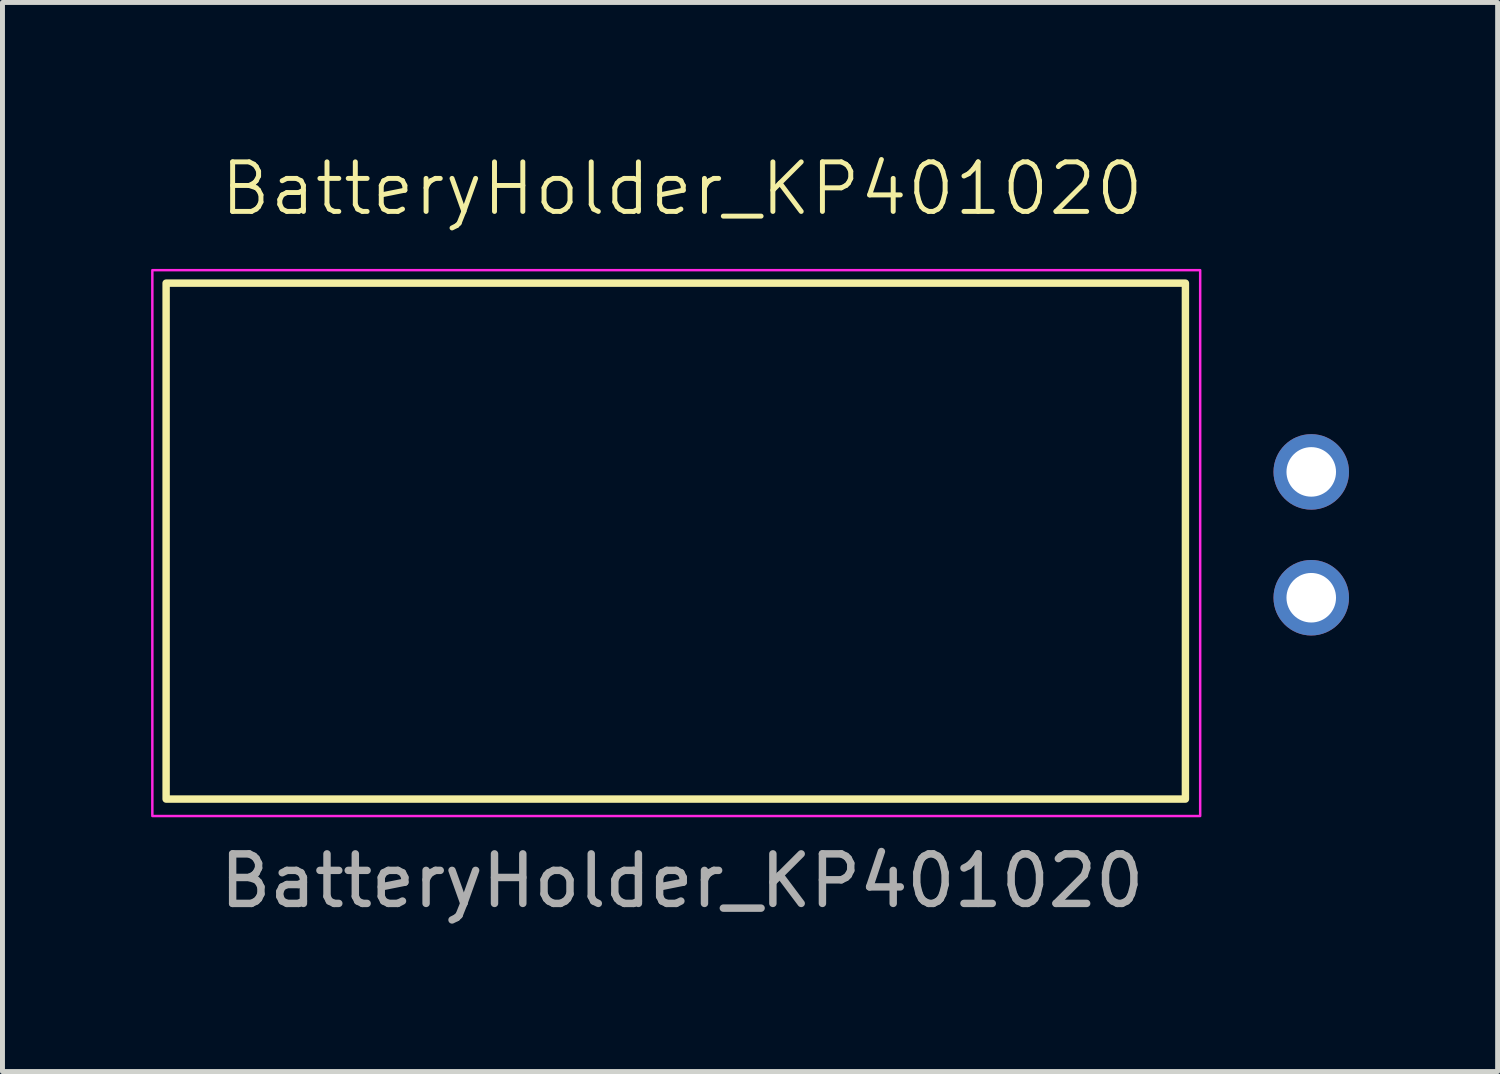
<source format=kicad_pcb>
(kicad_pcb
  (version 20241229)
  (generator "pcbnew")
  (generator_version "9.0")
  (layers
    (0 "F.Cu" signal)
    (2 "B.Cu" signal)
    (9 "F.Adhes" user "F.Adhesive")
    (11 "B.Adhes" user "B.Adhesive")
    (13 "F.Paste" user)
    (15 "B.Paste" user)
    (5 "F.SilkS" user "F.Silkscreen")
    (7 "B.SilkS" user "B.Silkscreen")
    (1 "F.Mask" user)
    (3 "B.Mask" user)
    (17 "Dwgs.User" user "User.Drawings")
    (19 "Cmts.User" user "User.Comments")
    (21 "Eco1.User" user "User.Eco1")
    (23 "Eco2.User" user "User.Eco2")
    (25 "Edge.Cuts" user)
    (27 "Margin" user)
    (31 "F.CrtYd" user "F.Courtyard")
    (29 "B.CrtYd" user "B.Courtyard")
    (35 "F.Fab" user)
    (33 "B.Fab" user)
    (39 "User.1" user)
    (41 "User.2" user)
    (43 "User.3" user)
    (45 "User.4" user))
  (footprint "BatteryHolder_KP401020"
    (layer "F.Cu")
    (at 10.717 7.745)
    (property "Reference" "BatteryHolder_KP401020" (at 0 -6.985 0) (unlocked yes) (layer "F.SilkS") (effects (font (size 1 1) (thickness 0.1))))
    (attr through_hole)
    (fp_rect (start -10.414 -5.08) (end 10.16 5.334) (stroke (width 0.15) (type default)) (fill no) (layer "F.SilkS"))
    (fp_rect (start -10.692 -5.342) (end 10.458 5.676) (stroke (width 0.05) (type default)) (fill no) (layer "F.CrtYd"))
    (fp_text user "${REFERENCE}" (at 0 6.985 0) (unlocked yes) (layer "F.Fab") (effects (font (size 1 1) (thickness 0.15))))
    (pad "1" thru_hole circle (at 12.7 -1.27) (size 1.524 1.524) (drill 1) (layers "*.Cu" "*.Mask"))
    (pad "2" thru_hole circle (at 12.7 1.27) (size 1.524 1.524) (drill 1) (layers "*.Cu" "*.Mask")))
  (gr_rect
    (start -3 -3)
    (end 27.179 18.579)
    (stroke (width 0.1) (type default))
    (fill no)
    (layer "Edge.Cuts")))
</source>
